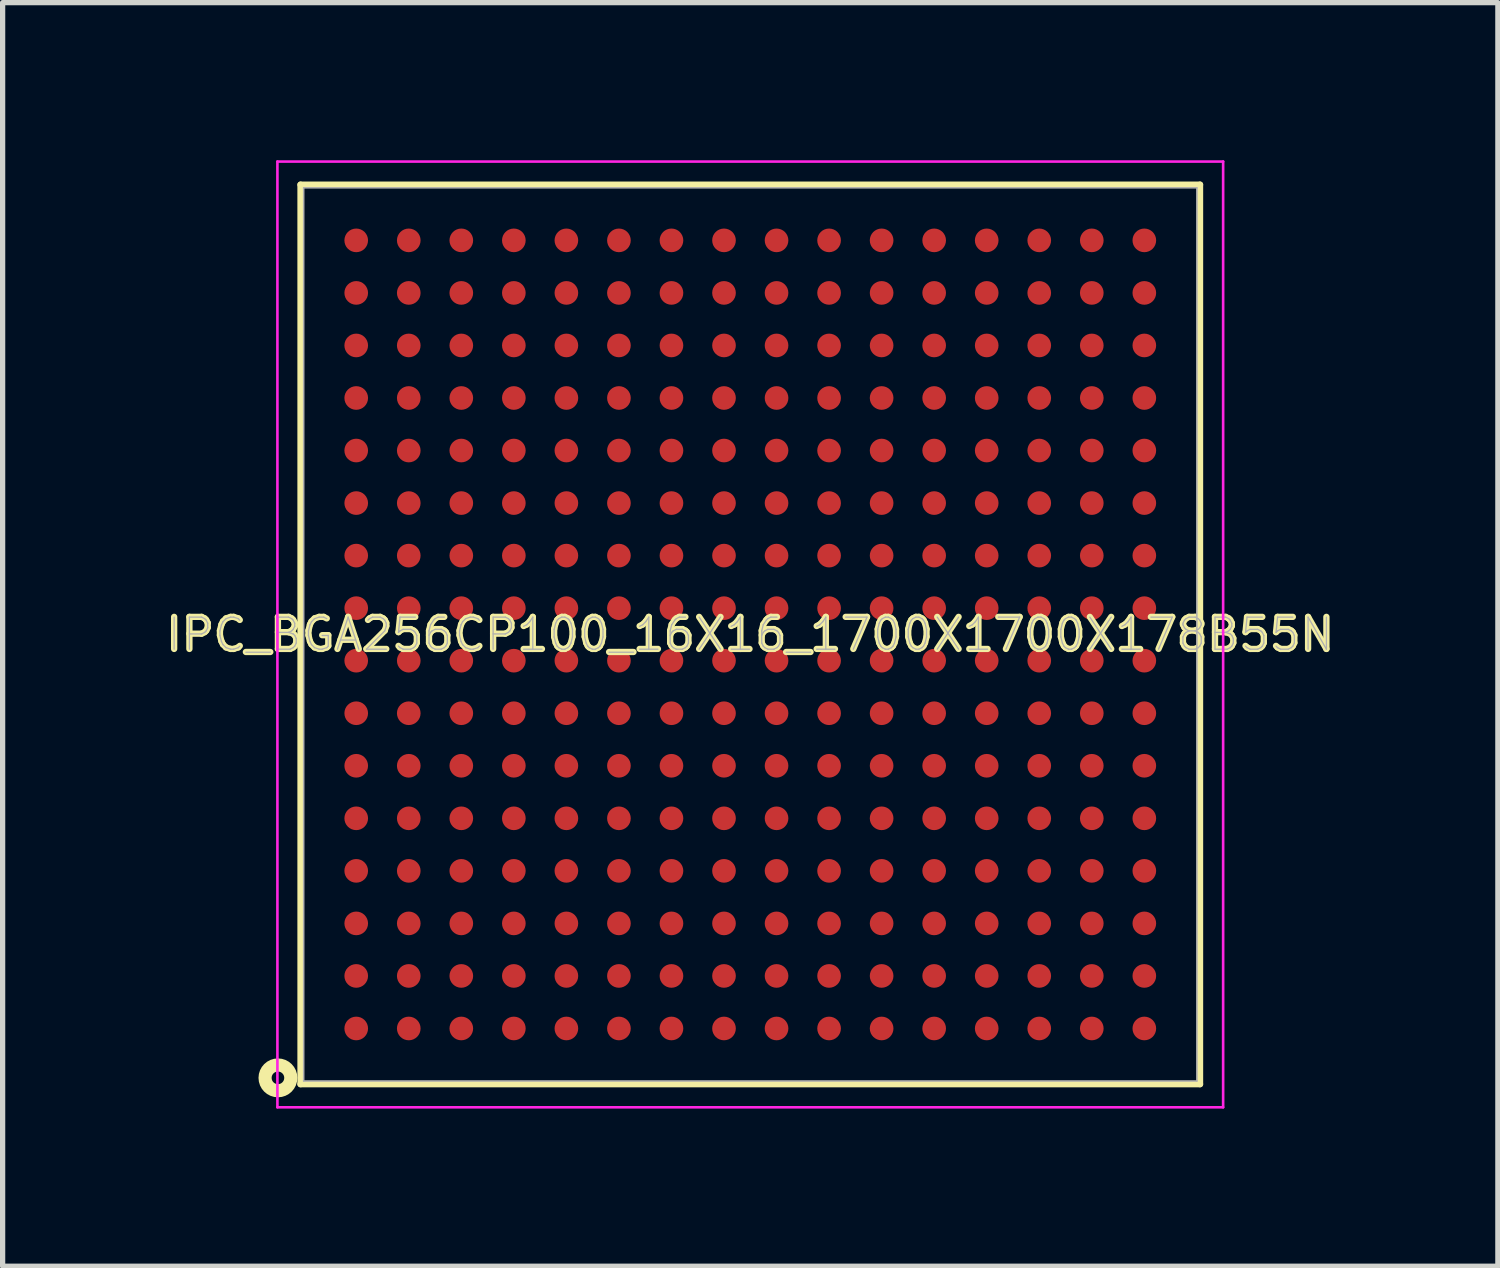
<source format=kicad_pcb>
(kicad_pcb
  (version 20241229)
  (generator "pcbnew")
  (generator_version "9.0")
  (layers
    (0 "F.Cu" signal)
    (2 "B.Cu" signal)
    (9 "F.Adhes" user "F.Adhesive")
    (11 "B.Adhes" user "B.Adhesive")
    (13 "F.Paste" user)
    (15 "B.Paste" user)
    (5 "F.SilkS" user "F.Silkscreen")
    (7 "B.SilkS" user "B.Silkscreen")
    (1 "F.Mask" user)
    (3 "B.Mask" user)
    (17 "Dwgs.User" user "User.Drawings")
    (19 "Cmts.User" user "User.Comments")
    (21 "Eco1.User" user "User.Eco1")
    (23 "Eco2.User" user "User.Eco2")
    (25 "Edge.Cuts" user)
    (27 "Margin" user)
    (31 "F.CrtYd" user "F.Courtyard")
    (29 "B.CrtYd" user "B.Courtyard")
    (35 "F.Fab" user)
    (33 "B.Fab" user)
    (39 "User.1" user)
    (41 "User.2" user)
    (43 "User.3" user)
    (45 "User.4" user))
  (footprint "IPC_BGA256CP100_16X16_1700X1700X178B55N"
    (layer "F.Cu")
    (at 11.23 9.025)
    (property "Reference" "IPC_BGA256CP100_16X16_1700X1700X178B55N" (at 0 0 0) (layer "F.SilkS") (effects (font (size 0.61 0.61) (thickness 0.12))))
    (attr smd)
    (fp_line (start -8.56 -8.56) (end -8.56 8.56) (stroke (width 0.12) (type solid)) (layer "F.SilkS"))
    (fp_line (start -8.56 8.56) (end 8.56 8.56) (stroke (width 0.12) (type solid)) (layer "F.SilkS"))
    (fp_line (start 8.56 -8.56) (end -8.56 -8.56) (stroke (width 0.12) (type solid)) (layer "F.SilkS"))
    (fp_line (start 8.56 8.56) (end 8.56 -8.56) (stroke (width 0.12) (type solid)) (layer "F.SilkS"))
    (fp_circle (center -8.99 8.44) (end -8.87 8.44) (stroke (width 0.25) (type solid)) (fill no) (layer "F.SilkS"))
    (fp_line (start -9 -9) (end 9 -9) (stroke (width 0.05) (type solid)) (layer "F.CrtYd"))
    (fp_line (start -9 9) (end -9 -9) (stroke (width 0.05) (type solid)) (layer "F.CrtYd"))
    (fp_line (start 9 -9) (end 9 9) (stroke (width 0.05) (type solid)) (layer "F.CrtYd"))
    (fp_line (start 9 9) (end -9 9) (stroke (width 0.05) (type solid)) (layer "F.CrtYd"))
    (fp_line (start -8.5 -8.5) (end 8.5 -8.5) (stroke (width 0.03) (type solid)) (layer "F.Fab"))
    (fp_line (start -8.5 8.5) (end -8.5 -8.5) (stroke (width 0.03) (type solid)) (layer "F.Fab"))
    (fp_line (start 8.5 -8.5) (end 8.5 8.5) (stroke (width 0.03) (type solid)) (layer "F.Fab"))
    (fp_line (start 8.5 8.5) (end -8.5 8.5) (stroke (width 0.03) (type solid)) (layer "F.Fab"))
    (fp_text user "${REFERENCE}" (at 0 0 0) (layer "F.Fab") (effects (font (size 0.61 0.61) (thickness 0.025))))
    (pad "A1" smd circle (at -7.5 7.5) (size 0.45 0.45) (layers "F.Cu" "F.Mask" "F.Paste"))
    (pad "A2" smd circle (at -7.5 6.5) (size 0.45 0.45) (layers "F.Cu" "F.Mask" "F.Paste"))
    (pad "A3" smd circle (at -7.5 5.5) (size 0.45 0.45) (layers "F.Cu" "F.Mask" "F.Paste"))
    (pad "A4" smd circle (at -7.5 4.5) (size 0.45 0.45) (layers "F.Cu" "F.Mask" "F.Paste"))
    (pad "A5" smd circle (at -7.5 3.5) (size 0.45 0.45) (layers "F.Cu" "F.Mask" "F.Paste"))
    (pad "A6" smd circle (at -7.5 2.5) (size 0.45 0.45) (layers "F.Cu" "F.Mask" "F.Paste"))
    (pad "A7" smd circle (at -7.5 1.5) (size 0.45 0.45) (layers "F.Cu" "F.Mask" "F.Paste"))
    (pad "A8" smd circle (at -7.5 0.5) (size 0.45 0.45) (layers "F.Cu" "F.Mask" "F.Paste"))
    (pad "A9" smd circle (at -7.5 -0.5) (size 0.45 0.45) (layers "F.Cu" "F.Mask" "F.Paste"))
    (pad "A10" smd circle (at -7.5 -1.5) (size 0.45 0.45) (layers "F.Cu" "F.Mask" "F.Paste"))
    (pad "A11" smd circle (at -7.5 -2.5) (size 0.45 0.45) (layers "F.Cu" "F.Mask" "F.Paste"))
    (pad "A12" smd circle (at -7.5 -3.5) (size 0.45 0.45) (layers "F.Cu" "F.Mask" "F.Paste"))
    (pad "A13" smd circle (at -7.5 -4.5) (size 0.45 0.45) (layers "F.Cu" "F.Mask" "F.Paste"))
    (pad "A14" smd circle (at -7.5 -5.5) (size 0.45 0.45) (layers "F.Cu" "F.Mask" "F.Paste"))
    (pad "A15" smd circle (at -7.5 -6.5) (size 0.45 0.45) (layers "F.Cu" "F.Mask" "F.Paste"))
    (pad "A16" smd circle (at -7.5 -7.5) (size 0.45 0.45) (layers "F.Cu" "F.Mask" "F.Paste"))
    (pad "B1" smd circle (at -6.5 7.5) (size 0.45 0.45) (layers "F.Cu" "F.Mask" "F.Paste"))
    (pad "B2" smd circle (at -6.5 6.5) (size 0.45 0.45) (layers "F.Cu" "F.Mask" "F.Paste"))
    (pad "B3" smd circle (at -6.5 5.5) (size 0.45 0.45) (layers "F.Cu" "F.Mask" "F.Paste"))
    (pad "B4" smd circle (at -6.5 4.5) (size 0.45 0.45) (layers "F.Cu" "F.Mask" "F.Paste"))
    (pad "B5" smd circle (at -6.5 3.5) (size 0.45 0.45) (layers "F.Cu" "F.Mask" "F.Paste"))
    (pad "B6" smd circle (at -6.5 2.5) (size 0.45 0.45) (layers "F.Cu" "F.Mask" "F.Paste"))
    (pad "B7" smd circle (at -6.5 1.5) (size 0.45 0.45) (layers "F.Cu" "F.Mask" "F.Paste"))
    (pad "B8" smd circle (at -6.5 0.5) (size 0.45 0.45) (layers "F.Cu" "F.Mask" "F.Paste"))
    (pad "B9" smd circle (at -6.5 -0.5) (size 0.45 0.45) (layers "F.Cu" "F.Mask" "F.Paste"))
    (pad "B10" smd circle (at -6.5 -1.5) (size 0.45 0.45) (layers "F.Cu" "F.Mask" "F.Paste"))
    (pad "B11" smd circle (at -6.5 -2.5) (size 0.45 0.45) (layers "F.Cu" "F.Mask" "F.Paste"))
    (pad "B12" smd circle (at -6.5 -3.5) (size 0.45 0.45) (layers "F.Cu" "F.Mask" "F.Paste"))
    (pad "B13" smd circle (at -6.5 -4.5) (size 0.45 0.45) (layers "F.Cu" "F.Mask" "F.Paste"))
    (pad "B14" smd circle (at -6.5 -5.5) (size 0.45 0.45) (layers "F.Cu" "F.Mask" "F.Paste"))
    (pad "B15" smd circle (at -6.5 -6.5) (size 0.45 0.45) (layers "F.Cu" "F.Mask" "F.Paste"))
    (pad "B16" smd circle (at -6.5 -7.5) (size 0.45 0.45) (layers "F.Cu" "F.Mask" "F.Paste"))
    (pad "C1" smd circle (at -5.5 7.5) (size 0.45 0.45) (layers "F.Cu" "F.Mask" "F.Paste"))
    (pad "C2" smd circle (at -5.5 6.5) (size 0.45 0.45) (layers "F.Cu" "F.Mask" "F.Paste"))
    (pad "C3" smd circle (at -5.5 5.5) (size 0.45 0.45) (layers "F.Cu" "F.Mask" "F.Paste"))
    (pad "C4" smd circle (at -5.5 4.5) (size 0.45 0.45) (layers "F.Cu" "F.Mask" "F.Paste"))
    (pad "C5" smd circle (at -5.5 3.5) (size 0.45 0.45) (layers "F.Cu" "F.Mask" "F.Paste"))
    (pad "C6" smd circle (at -5.5 2.5) (size 0.45 0.45) (layers "F.Cu" "F.Mask" "F.Paste"))
    (pad "C7" smd circle (at -5.5 1.5) (size 0.45 0.45) (layers "F.Cu" "F.Mask" "F.Paste"))
    (pad "C8" smd circle (at -5.5 0.5) (size 0.45 0.45) (layers "F.Cu" "F.Mask" "F.Paste"))
    (pad "C9" smd circle (at -5.5 -0.5) (size 0.45 0.45) (layers "F.Cu" "F.Mask" "F.Paste"))
    (pad "C10" smd circle (at -5.5 -1.5) (size 0.45 0.45) (layers "F.Cu" "F.Mask" "F.Paste"))
    (pad "C11" smd circle (at -5.5 -2.5) (size 0.45 0.45) (layers "F.Cu" "F.Mask" "F.Paste"))
    (pad "C12" smd circle (at -5.5 -3.5) (size 0.45 0.45) (layers "F.Cu" "F.Mask" "F.Paste"))
    (pad "C13" smd circle (at -5.5 -4.5) (size 0.45 0.45) (layers "F.Cu" "F.Mask" "F.Paste"))
    (pad "C14" smd circle (at -5.5 -5.5) (size 0.45 0.45) (layers "F.Cu" "F.Mask" "F.Paste"))
    (pad "C15" smd circle (at -5.5 -6.5) (size 0.45 0.45) (layers "F.Cu" "F.Mask" "F.Paste"))
    (pad "C16" smd circle (at -5.5 -7.5) (size 0.45 0.45) (layers "F.Cu" "F.Mask" "F.Paste"))
    (pad "D1" smd circle (at -4.5 7.5) (size 0.45 0.45) (layers "F.Cu" "F.Mask" "F.Paste"))
    (pad "D2" smd circle (at -4.5 6.5) (size 0.45 0.45) (layers "F.Cu" "F.Mask" "F.Paste"))
    (pad "D3" smd circle (at -4.5 5.5) (size 0.45 0.45) (layers "F.Cu" "F.Mask" "F.Paste"))
    (pad "D4" smd circle (at -4.5 4.5) (size 0.45 0.45) (layers "F.Cu" "F.Mask" "F.Paste"))
    (pad "D5" smd circle (at -4.5 3.5) (size 0.45 0.45) (layers "F.Cu" "F.Mask" "F.Paste"))
    (pad "D6" smd circle (at -4.5 2.5) (size 0.45 0.45) (layers "F.Cu" "F.Mask" "F.Paste"))
    (pad "D7" smd circle (at -4.5 1.5) (size 0.45 0.45) (layers "F.Cu" "F.Mask" "F.Paste"))
    (pad "D8" smd circle (at -4.5 0.5) (size 0.45 0.45) (layers "F.Cu" "F.Mask" "F.Paste"))
    (pad "D9" smd circle (at -4.5 -0.5) (size 0.45 0.45) (layers "F.Cu" "F.Mask" "F.Paste"))
    (pad "D10" smd circle (at -4.5 -1.5) (size 0.45 0.45) (layers "F.Cu" "F.Mask" "F.Paste"))
    (pad "D11" smd circle (at -4.5 -2.5) (size 0.45 0.45) (layers "F.Cu" "F.Mask" "F.Paste"))
    (pad "D12" smd circle (at -4.5 -3.5) (size 0.45 0.45) (layers "F.Cu" "F.Mask" "F.Paste"))
    (pad "D13" smd circle (at -4.5 -4.5) (size 0.45 0.45) (layers "F.Cu" "F.Mask" "F.Paste"))
    (pad "D14" smd circle (at -4.5 -5.5) (size 0.45 0.45) (layers "F.Cu" "F.Mask" "F.Paste"))
    (pad "D15" smd circle (at -4.5 -6.5) (size 0.45 0.45) (layers "F.Cu" "F.Mask" "F.Paste"))
    (pad "D16" smd circle (at -4.5 -7.5) (size 0.45 0.45) (layers "F.Cu" "F.Mask" "F.Paste"))
    (pad "E1" smd circle (at -3.5 7.5) (size 0.45 0.45) (layers "F.Cu" "F.Mask" "F.Paste"))
    (pad "E2" smd circle (at -3.5 6.5) (size 0.45 0.45) (layers "F.Cu" "F.Mask" "F.Paste"))
    (pad "E3" smd circle (at -3.5 5.5) (size 0.45 0.45) (layers "F.Cu" "F.Mask" "F.Paste"))
    (pad "E4" smd circle (at -3.5 4.5) (size 0.45 0.45) (layers "F.Cu" "F.Mask" "F.Paste"))
    (pad "E5" smd circle (at -3.5 3.5) (size 0.45 0.45) (layers "F.Cu" "F.Mask" "F.Paste"))
    (pad "E6" smd circle (at -3.5 2.5) (size 0.45 0.45) (layers "F.Cu" "F.Mask" "F.Paste"))
    (pad "E7" smd circle (at -3.5 1.5) (size 0.45 0.45) (layers "F.Cu" "F.Mask" "F.Paste"))
    (pad "E8" smd circle (at -3.5 0.5) (size 0.45 0.45) (layers "F.Cu" "F.Mask" "F.Paste"))
    (pad "E9" smd circle (at -3.5 -0.5) (size 0.45 0.45) (layers "F.Cu" "F.Mask" "F.Paste"))
    (pad "E10" smd circle (at -3.5 -1.5) (size 0.45 0.45) (layers "F.Cu" "F.Mask" "F.Paste"))
    (pad "E11" smd circle (at -3.5 -2.5) (size 0.45 0.45) (layers "F.Cu" "F.Mask" "F.Paste"))
    (pad "E12" smd circle (at -3.5 -3.5) (size 0.45 0.45) (layers "F.Cu" "F.Mask" "F.Paste"))
    (pad "E13" smd circle (at -3.5 -4.5) (size 0.45 0.45) (layers "F.Cu" "F.Mask" "F.Paste"))
    (pad "E14" smd circle (at -3.5 -5.5) (size 0.45 0.45) (layers "F.Cu" "F.Mask" "F.Paste"))
    (pad "E15" smd circle (at -3.5 -6.5) (size 0.45 0.45) (layers "F.Cu" "F.Mask" "F.Paste"))
    (pad "E16" smd circle (at -3.5 -7.5) (size 0.45 0.45) (layers "F.Cu" "F.Mask" "F.Paste"))
    (pad "F1" smd circle (at -2.5 7.5) (size 0.45 0.45) (layers "F.Cu" "F.Mask" "F.Paste"))
    (pad "F2" smd circle (at -2.5 6.5) (size 0.45 0.45) (layers "F.Cu" "F.Mask" "F.Paste"))
    (pad "F3" smd circle (at -2.5 5.5) (size 0.45 0.45) (layers "F.Cu" "F.Mask" "F.Paste"))
    (pad "F4" smd circle (at -2.5 4.5) (size 0.45 0.45) (layers "F.Cu" "F.Mask" "F.Paste"))
    (pad "F5" smd circle (at -2.5 3.5) (size 0.45 0.45) (layers "F.Cu" "F.Mask" "F.Paste"))
    (pad "F6" smd circle (at -2.5 2.5) (size 0.45 0.45) (layers "F.Cu" "F.Mask" "F.Paste"))
    (pad "F7" smd circle (at -2.5 1.5) (size 0.45 0.45) (layers "F.Cu" "F.Mask" "F.Paste"))
    (pad "F8" smd circle (at -2.5 0.5) (size 0.45 0.45) (layers "F.Cu" "F.Mask" "F.Paste"))
    (pad "F9" smd circle (at -2.5 -0.5) (size 0.45 0.45) (layers "F.Cu" "F.Mask" "F.Paste"))
    (pad "F10" smd circle (at -2.5 -1.5) (size 0.45 0.45) (layers "F.Cu" "F.Mask" "F.Paste"))
    (pad "F11" smd circle (at -2.5 -2.5) (size 0.45 0.45) (layers "F.Cu" "F.Mask" "F.Paste"))
    (pad "F12" smd circle (at -2.5 -3.5) (size 0.45 0.45) (layers "F.Cu" "F.Mask" "F.Paste"))
    (pad "F13" smd circle (at -2.5 -4.5) (size 0.45 0.45) (layers "F.Cu" "F.Mask" "F.Paste"))
    (pad "F14" smd circle (at -2.5 -5.5) (size 0.45 0.45) (layers "F.Cu" "F.Mask" "F.Paste"))
    (pad "F15" smd circle (at -2.5 -6.5) (size 0.45 0.45) (layers "F.Cu" "F.Mask" "F.Paste"))
    (pad "F16" smd circle (at -2.5 -7.5) (size 0.45 0.45) (layers "F.Cu" "F.Mask" "F.Paste"))
    (pad "G1" smd circle (at -1.5 7.5) (size 0.45 0.45) (layers "F.Cu" "F.Mask" "F.Paste"))
    (pad "G2" smd circle (at -1.5 6.5) (size 0.45 0.45) (layers "F.Cu" "F.Mask" "F.Paste"))
    (pad "G3" smd circle (at -1.5 5.5) (size 0.45 0.45) (layers "F.Cu" "F.Mask" "F.Paste"))
    (pad "G4" smd circle (at -1.5 4.5) (size 0.45 0.45) (layers "F.Cu" "F.Mask" "F.Paste"))
    (pad "G5" smd circle (at -1.5 3.5) (size 0.45 0.45) (layers "F.Cu" "F.Mask" "F.Paste"))
    (pad "G6" smd circle (at -1.5 2.5) (size 0.45 0.45) (layers "F.Cu" "F.Mask" "F.Paste"))
    (pad "G7" smd circle (at -1.5 1.5) (size 0.45 0.45) (layers "F.Cu" "F.Mask" "F.Paste"))
    (pad "G8" smd circle (at -1.5 0.5) (size 0.45 0.45) (layers "F.Cu" "F.Mask" "F.Paste"))
    (pad "G9" smd circle (at -1.5 -0.5) (size 0.45 0.45) (layers "F.Cu" "F.Mask" "F.Paste"))
    (pad "G10" smd circle (at -1.5 -1.5) (size 0.45 0.45) (layers "F.Cu" "F.Mask" "F.Paste"))
    (pad "G11" smd circle (at -1.5 -2.5) (size 0.45 0.45) (layers "F.Cu" "F.Mask" "F.Paste"))
    (pad "G12" smd circle (at -1.5 -3.5) (size 0.45 0.45) (layers "F.Cu" "F.Mask" "F.Paste"))
    (pad "G13" smd circle (at -1.5 -4.5) (size 0.45 0.45) (layers "F.Cu" "F.Mask" "F.Paste"))
    (pad "G14" smd circle (at -1.5 -5.5) (size 0.45 0.45) (layers "F.Cu" "F.Mask" "F.Paste"))
    (pad "G15" smd circle (at -1.5 -6.5) (size 0.45 0.45) (layers "F.Cu" "F.Mask" "F.Paste"))
    (pad "G16" smd circle (at -1.5 -7.5) (size 0.45 0.45) (layers "F.Cu" "F.Mask" "F.Paste"))
    (pad "H1" smd circle (at -0.5 7.5) (size 0.45 0.45) (layers "F.Cu" "F.Mask" "F.Paste"))
    (pad "H2" smd circle (at -0.5 6.5) (size 0.45 0.45) (layers "F.Cu" "F.Mask" "F.Paste"))
    (pad "H3" smd circle (at -0.5 5.5) (size 0.45 0.45) (layers "F.Cu" "F.Mask" "F.Paste"))
    (pad "H4" smd circle (at -0.5 4.5) (size 0.45 0.45) (layers "F.Cu" "F.Mask" "F.Paste"))
    (pad "H5" smd circle (at -0.5 3.5) (size 0.45 0.45) (layers "F.Cu" "F.Mask" "F.Paste"))
    (pad "H6" smd circle (at -0.5 2.5) (size 0.45 0.45) (layers "F.Cu" "F.Mask" "F.Paste"))
    (pad "H7" smd circle (at -0.5 1.5) (size 0.45 0.45) (layers "F.Cu" "F.Mask" "F.Paste"))
    (pad "H8" smd circle (at -0.5 0.5) (size 0.45 0.45) (layers "F.Cu" "F.Mask" "F.Paste"))
    (pad "H9" smd circle (at -0.5 -0.5) (size 0.45 0.45) (layers "F.Cu" "F.Mask" "F.Paste"))
    (pad "H10" smd circle (at -0.5 -1.5) (size 0.45 0.45) (layers "F.Cu" "F.Mask" "F.Paste"))
    (pad "H11" smd circle (at -0.5 -2.5) (size 0.45 0.45) (layers "F.Cu" "F.Mask" "F.Paste"))
    (pad "H12" smd circle (at -0.5 -3.5) (size 0.45 0.45) (layers "F.Cu" "F.Mask" "F.Paste"))
    (pad "H13" smd circle (at -0.5 -4.5) (size 0.45 0.45) (layers "F.Cu" "F.Mask" "F.Paste"))
    (pad "H14" smd circle (at -0.5 -5.5) (size 0.45 0.45) (layers "F.Cu" "F.Mask" "F.Paste"))
    (pad "H15" smd circle (at -0.5 -6.5) (size 0.45 0.45) (layers "F.Cu" "F.Mask" "F.Paste"))
    (pad "H16" smd circle (at -0.5 -7.5) (size 0.45 0.45) (layers "F.Cu" "F.Mask" "F.Paste"))
    (pad "J1" smd circle (at 0.5 7.5) (size 0.45 0.45) (layers "F.Cu" "F.Mask" "F.Paste"))
    (pad "J2" smd circle (at 0.5 6.5) (size 0.45 0.45) (layers "F.Cu" "F.Mask" "F.Paste"))
    (pad "J3" smd circle (at 0.5 5.5) (size 0.45 0.45) (layers "F.Cu" "F.Mask" "F.Paste"))
    (pad "J4" smd circle (at 0.5 4.5) (size 0.45 0.45) (layers "F.Cu" "F.Mask" "F.Paste"))
    (pad "J5" smd circle (at 0.5 3.5) (size 0.45 0.45) (layers "F.Cu" "F.Mask" "F.Paste"))
    (pad "J6" smd circle (at 0.5 2.5) (size 0.45 0.45) (layers "F.Cu" "F.Mask" "F.Paste"))
    (pad "J7" smd circle (at 0.5 1.5) (size 0.45 0.45) (layers "F.Cu" "F.Mask" "F.Paste"))
    (pad "J8" smd circle (at 0.5 0.5) (size 0.45 0.45) (layers "F.Cu" "F.Mask" "F.Paste"))
    (pad "J9" smd circle (at 0.5 -0.5) (size 0.45 0.45) (layers "F.Cu" "F.Mask" "F.Paste"))
    (pad "J10" smd circle (at 0.5 -1.5) (size 0.45 0.45) (layers "F.Cu" "F.Mask" "F.Paste"))
    (pad "J11" smd circle (at 0.5 -2.5) (size 0.45 0.45) (layers "F.Cu" "F.Mask" "F.Paste"))
    (pad "J12" smd circle (at 0.5 -3.5) (size 0.45 0.45) (layers "F.Cu" "F.Mask" "F.Paste"))
    (pad "J13" smd circle (at 0.5 -4.5) (size 0.45 0.45) (layers "F.Cu" "F.Mask" "F.Paste"))
    (pad "J14" smd circle (at 0.5 -5.5) (size 0.45 0.45) (layers "F.Cu" "F.Mask" "F.Paste"))
    (pad "J15" smd circle (at 0.5 -6.5) (size 0.45 0.45) (layers "F.Cu" "F.Mask" "F.Paste"))
    (pad "J16" smd circle (at 0.5 -7.5) (size 0.45 0.45) (layers "F.Cu" "F.Mask" "F.Paste"))
    (pad "K1" smd circle (at 1.5 7.5) (size 0.45 0.45) (layers "F.Cu" "F.Mask" "F.Paste"))
    (pad "K2" smd circle (at 1.5 6.5) (size 0.45 0.45) (layers "F.Cu" "F.Mask" "F.Paste"))
    (pad "K3" smd circle (at 1.5 5.5) (size 0.45 0.45) (layers "F.Cu" "F.Mask" "F.Paste"))
    (pad "K4" smd circle (at 1.5 4.5) (size 0.45 0.45) (layers "F.Cu" "F.Mask" "F.Paste"))
    (pad "K5" smd circle (at 1.5 3.5) (size 0.45 0.45) (layers "F.Cu" "F.Mask" "F.Paste"))
    (pad "K6" smd circle (at 1.5 2.5) (size 0.45 0.45) (layers "F.Cu" "F.Mask" "F.Paste"))
    (pad "K7" smd circle (at 1.5 1.5) (size 0.45 0.45) (layers "F.Cu" "F.Mask" "F.Paste"))
    (pad "K8" smd circle (at 1.5 0.5) (size 0.45 0.45) (layers "F.Cu" "F.Mask" "F.Paste"))
    (pad "K9" smd circle (at 1.5 -0.5) (size 0.45 0.45) (layers "F.Cu" "F.Mask" "F.Paste"))
    (pad "K10" smd circle (at 1.5 -1.5) (size 0.45 0.45) (layers "F.Cu" "F.Mask" "F.Paste"))
    (pad "K11" smd circle (at 1.5 -2.5) (size 0.45 0.45) (layers "F.Cu" "F.Mask" "F.Paste"))
    (pad "K12" smd circle (at 1.5 -3.5) (size 0.45 0.45) (layers "F.Cu" "F.Mask" "F.Paste"))
    (pad "K13" smd circle (at 1.5 -4.5) (size 0.45 0.45) (layers "F.Cu" "F.Mask" "F.Paste"))
    (pad "K14" smd circle (at 1.5 -5.5) (size 0.45 0.45) (layers "F.Cu" "F.Mask" "F.Paste"))
    (pad "K15" smd circle (at 1.5 -6.5) (size 0.45 0.45) (layers "F.Cu" "F.Mask" "F.Paste"))
    (pad "K16" smd circle (at 1.5 -7.5) (size 0.45 0.45) (layers "F.Cu" "F.Mask" "F.Paste"))
    (pad "L1" smd circle (at 2.5 7.5) (size 0.45 0.45) (layers "F.Cu" "F.Mask" "F.Paste"))
    (pad "L2" smd circle (at 2.5 6.5) (size 0.45 0.45) (layers "F.Cu" "F.Mask" "F.Paste"))
    (pad "L3" smd circle (at 2.5 5.5) (size 0.45 0.45) (layers "F.Cu" "F.Mask" "F.Paste"))
    (pad "L4" smd circle (at 2.5 4.5) (size 0.45 0.45) (layers "F.Cu" "F.Mask" "F.Paste"))
    (pad "L5" smd circle (at 2.5 3.5) (size 0.45 0.45) (layers "F.Cu" "F.Mask" "F.Paste"))
    (pad "L6" smd circle (at 2.5 2.5) (size 0.45 0.45) (layers "F.Cu" "F.Mask" "F.Paste"))
    (pad "L7" smd circle (at 2.5 1.5) (size 0.45 0.45) (layers "F.Cu" "F.Mask" "F.Paste"))
    (pad "L8" smd circle (at 2.5 0.5) (size 0.45 0.45) (layers "F.Cu" "F.Mask" "F.Paste"))
    (pad "L9" smd circle (at 2.5 -0.5) (size 0.45 0.45) (layers "F.Cu" "F.Mask" "F.Paste"))
    (pad "L10" smd circle (at 2.5 -1.5) (size 0.45 0.45) (layers "F.Cu" "F.Mask" "F.Paste"))
    (pad "L11" smd circle (at 2.5 -2.5) (size 0.45 0.45) (layers "F.Cu" "F.Mask" "F.Paste"))
    (pad "L12" smd circle (at 2.5 -3.5) (size 0.45 0.45) (layers "F.Cu" "F.Mask" "F.Paste"))
    (pad "L13" smd circle (at 2.5 -4.5) (size 0.45 0.45) (layers "F.Cu" "F.Mask" "F.Paste"))
    (pad "L14" smd circle (at 2.5 -5.5) (size 0.45 0.45) (layers "F.Cu" "F.Mask" "F.Paste"))
    (pad "L15" smd circle (at 2.5 -6.5) (size 0.45 0.45) (layers "F.Cu" "F.Mask" "F.Paste"))
    (pad "L16" smd circle (at 2.5 -7.5) (size 0.45 0.45) (layers "F.Cu" "F.Mask" "F.Paste"))
    (pad "M1" smd circle (at 3.5 7.5) (size 0.45 0.45) (layers "F.Cu" "F.Mask" "F.Paste"))
    (pad "M2" smd circle (at 3.5 6.5) (size 0.45 0.45) (layers "F.Cu" "F.Mask" "F.Paste"))
    (pad "M3" smd circle (at 3.5 5.5) (size 0.45 0.45) (layers "F.Cu" "F.Mask" "F.Paste"))
    (pad "M4" smd circle (at 3.5 4.5) (size 0.45 0.45) (layers "F.Cu" "F.Mask" "F.Paste"))
    (pad "M5" smd circle (at 3.5 3.5) (size 0.45 0.45) (layers "F.Cu" "F.Mask" "F.Paste"))
    (pad "M6" smd circle (at 3.5 2.5) (size 0.45 0.45) (layers "F.Cu" "F.Mask" "F.Paste"))
    (pad "M7" smd circle (at 3.5 1.5) (size 0.45 0.45) (layers "F.Cu" "F.Mask" "F.Paste"))
    (pad "M8" smd circle (at 3.5 0.5) (size 0.45 0.45) (layers "F.Cu" "F.Mask" "F.Paste"))
    (pad "M9" smd circle (at 3.5 -0.5) (size 0.45 0.45) (layers "F.Cu" "F.Mask" "F.Paste"))
    (pad "M10" smd circle (at 3.5 -1.5) (size 0.45 0.45) (layers "F.Cu" "F.Mask" "F.Paste"))
    (pad "M11" smd circle (at 3.5 -2.5) (size 0.45 0.45) (layers "F.Cu" "F.Mask" "F.Paste"))
    (pad "M12" smd circle (at 3.5 -3.5) (size 0.45 0.45) (layers "F.Cu" "F.Mask" "F.Paste"))
    (pad "M13" smd circle (at 3.5 -4.5) (size 0.45 0.45) (layers "F.Cu" "F.Mask" "F.Paste"))
    (pad "M14" smd circle (at 3.5 -5.5) (size 0.45 0.45) (layers "F.Cu" "F.Mask" "F.Paste"))
    (pad "M15" smd circle (at 3.5 -6.5) (size 0.45 0.45) (layers "F.Cu" "F.Mask" "F.Paste"))
    (pad "M16" smd circle (at 3.5 -7.5) (size 0.45 0.45) (layers "F.Cu" "F.Mask" "F.Paste"))
    (pad "N1" smd circle (at 4.5 7.5) (size 0.45 0.45) (layers "F.Cu" "F.Mask" "F.Paste"))
    (pad "N2" smd circle (at 4.5 6.5) (size 0.45 0.45) (layers "F.Cu" "F.Mask" "F.Paste"))
    (pad "N3" smd circle (at 4.5 5.5) (size 0.45 0.45) (layers "F.Cu" "F.Mask" "F.Paste"))
    (pad "N4" smd circle (at 4.5 4.5) (size 0.45 0.45) (layers "F.Cu" "F.Mask" "F.Paste"))
    (pad "N5" smd circle (at 4.5 3.5) (size 0.45 0.45) (layers "F.Cu" "F.Mask" "F.Paste"))
    (pad "N6" smd circle (at 4.5 2.5) (size 0.45 0.45) (layers "F.Cu" "F.Mask" "F.Paste"))
    (pad "N7" smd circle (at 4.5 1.5) (size 0.45 0.45) (layers "F.Cu" "F.Mask" "F.Paste"))
    (pad "N8" smd circle (at 4.5 0.5) (size 0.45 0.45) (layers "F.Cu" "F.Mask" "F.Paste"))
    (pad "N9" smd circle (at 4.5 -0.5) (size 0.45 0.45) (layers "F.Cu" "F.Mask" "F.Paste"))
    (pad "N10" smd circle (at 4.5 -1.5) (size 0.45 0.45) (layers "F.Cu" "F.Mask" "F.Paste"))
    (pad "N11" smd circle (at 4.5 -2.5) (size 0.45 0.45) (layers "F.Cu" "F.Mask" "F.Paste"))
    (pad "N12" smd circle (at 4.5 -3.5) (size 0.45 0.45) (layers "F.Cu" "F.Mask" "F.Paste"))
    (pad "N13" smd circle (at 4.5 -4.5) (size 0.45 0.45) (layers "F.Cu" "F.Mask" "F.Paste"))
    (pad "N14" smd circle (at 4.5 -5.5) (size 0.45 0.45) (layers "F.Cu" "F.Mask" "F.Paste"))
    (pad "N15" smd circle (at 4.5 -6.5) (size 0.45 0.45) (layers "F.Cu" "F.Mask" "F.Paste"))
    (pad "N16" smd circle (at 4.5 -7.5) (size 0.45 0.45) (layers "F.Cu" "F.Mask" "F.Paste"))
    (pad "P1" smd circle (at 5.5 7.5) (size 0.45 0.45) (layers "F.Cu" "F.Mask" "F.Paste"))
    (pad "P2" smd circle (at 5.5 6.5) (size 0.45 0.45) (layers "F.Cu" "F.Mask" "F.Paste"))
    (pad "P3" smd circle (at 5.5 5.5) (size 0.45 0.45) (layers "F.Cu" "F.Mask" "F.Paste"))
    (pad "P4" smd circle (at 5.5 4.5) (size 0.45 0.45) (layers "F.Cu" "F.Mask" "F.Paste"))
    (pad "P5" smd circle (at 5.5 3.5) (size 0.45 0.45) (layers "F.Cu" "F.Mask" "F.Paste"))
    (pad "P6" smd circle (at 5.5 2.5) (size 0.45 0.45) (layers "F.Cu" "F.Mask" "F.Paste"))
    (pad "P7" smd circle (at 5.5 1.5) (size 0.45 0.45) (layers "F.Cu" "F.Mask" "F.Paste"))
    (pad "P8" smd circle (at 5.5 0.5) (size 0.45 0.45) (layers "F.Cu" "F.Mask" "F.Paste"))
    (pad "P9" smd circle (at 5.5 -0.5) (size 0.45 0.45) (layers "F.Cu" "F.Mask" "F.Paste"))
    (pad "P10" smd circle (at 5.5 -1.5) (size 0.45 0.45) (layers "F.Cu" "F.Mask" "F.Paste"))
    (pad "P11" smd circle (at 5.5 -2.5) (size 0.45 0.45) (layers "F.Cu" "F.Mask" "F.Paste"))
    (pad "P12" smd circle (at 5.5 -3.5) (size 0.45 0.45) (layers "F.Cu" "F.Mask" "F.Paste"))
    (pad "P13" smd circle (at 5.5 -4.5) (size 0.45 0.45) (layers "F.Cu" "F.Mask" "F.Paste"))
    (pad "P14" smd circle (at 5.5 -5.5) (size 0.45 0.45) (layers "F.Cu" "F.Mask" "F.Paste"))
    (pad "P15" smd circle (at 5.5 -6.5) (size 0.45 0.45) (layers "F.Cu" "F.Mask" "F.Paste"))
    (pad "P16" smd circle (at 5.5 -7.5) (size 0.45 0.45) (layers "F.Cu" "F.Mask" "F.Paste"))
    (pad "R1" smd circle (at 6.5 7.5) (size 0.45 0.45) (layers "F.Cu" "F.Mask" "F.Paste"))
    (pad "R2" smd circle (at 6.5 6.5) (size 0.45 0.45) (layers "F.Cu" "F.Mask" "F.Paste"))
    (pad "R3" smd circle (at 6.5 5.5) (size 0.45 0.45) (layers "F.Cu" "F.Mask" "F.Paste"))
    (pad "R4" smd circle (at 6.5 4.5) (size 0.45 0.45) (layers "F.Cu" "F.Mask" "F.Paste"))
    (pad "R5" smd circle (at 6.5 3.5) (size 0.45 0.45) (layers "F.Cu" "F.Mask" "F.Paste"))
    (pad "R6" smd circle (at 6.5 2.5) (size 0.45 0.45) (layers "F.Cu" "F.Mask" "F.Paste"))
    (pad "R7" smd circle (at 6.5 1.5) (size 0.45 0.45) (layers "F.Cu" "F.Mask" "F.Paste"))
    (pad "R8" smd circle (at 6.5 0.5) (size 0.45 0.45) (layers "F.Cu" "F.Mask" "F.Paste"))
    (pad "R9" smd circle (at 6.5 -0.5) (size 0.45 0.45) (layers "F.Cu" "F.Mask" "F.Paste"))
    (pad "R10" smd circle (at 6.5 -1.5) (size 0.45 0.45) (layers "F.Cu" "F.Mask" "F.Paste"))
    (pad "R11" smd circle (at 6.5 -2.5) (size 0.45 0.45) (layers "F.Cu" "F.Mask" "F.Paste"))
    (pad "R12" smd circle (at 6.5 -3.5) (size 0.45 0.45) (layers "F.Cu" "F.Mask" "F.Paste"))
    (pad "R13" smd circle (at 6.5 -4.5) (size 0.45 0.45) (layers "F.Cu" "F.Mask" "F.Paste"))
    (pad "R14" smd circle (at 6.5 -5.5) (size 0.45 0.45) (layers "F.Cu" "F.Mask" "F.Paste"))
    (pad "R15" smd circle (at 6.5 -6.5) (size 0.45 0.45) (layers "F.Cu" "F.Mask" "F.Paste"))
    (pad "R16" smd circle (at 6.5 -7.5) (size 0.45 0.45) (layers "F.Cu" "F.Mask" "F.Paste"))
    (pad "T1" smd circle (at 7.5 7.5) (size 0.45 0.45) (layers "F.Cu" "F.Mask" "F.Paste"))
    (pad "T2" smd circle (at 7.5 6.5) (size 0.45 0.45) (layers "F.Cu" "F.Mask" "F.Paste"))
    (pad "T3" smd circle (at 7.5 5.5) (size 0.45 0.45) (layers "F.Cu" "F.Mask" "F.Paste"))
    (pad "T4" smd circle (at 7.5 4.5) (size 0.45 0.45) (layers "F.Cu" "F.Mask" "F.Paste"))
    (pad "T5" smd circle (at 7.5 3.5) (size 0.45 0.45) (layers "F.Cu" "F.Mask" "F.Paste"))
    (pad "T6" smd circle (at 7.5 2.5) (size 0.45 0.45) (layers "F.Cu" "F.Mask" "F.Paste"))
    (pad "T7" smd circle (at 7.5 1.5) (size 0.45 0.45) (layers "F.Cu" "F.Mask" "F.Paste"))
    (pad "T8" smd circle (at 7.5 0.5) (size 0.45 0.45) (layers "F.Cu" "F.Mask" "F.Paste"))
    (pad "T9" smd circle (at 7.5 -0.5) (size 0.45 0.45) (layers "F.Cu" "F.Mask" "F.Paste"))
    (pad "T10" smd circle (at 7.5 -1.5) (size 0.45 0.45) (layers "F.Cu" "F.Mask" "F.Paste"))
    (pad "T11" smd circle (at 7.5 -2.5) (size 0.45 0.45) (layers "F.Cu" "F.Mask" "F.Paste"))
    (pad "T12" smd circle (at 7.5 -3.5) (size 0.45 0.45) (layers "F.Cu" "F.Mask" "F.Paste"))
    (pad "T13" smd circle (at 7.5 -4.5) (size 0.45 0.45) (layers "F.Cu" "F.Mask" "F.Paste"))
    (pad "T14" smd circle (at 7.5 -5.5) (size 0.45 0.45) (layers "F.Cu" "F.Mask" "F.Paste"))
    (pad "T15" smd circle (at 7.5 -6.5) (size 0.45 0.45) (layers "F.Cu" "F.Mask" "F.Paste"))
    (pad "T16" smd circle (at 7.5 -7.5) (size 0.45 0.45) (layers "F.Cu" "F.Mask" "F.Paste")))
  (gr_rect
    (start -3 -3)
    (end 25.459 21.05)
    (stroke (width 0.1) (type default))
    (fill no)
    (layer "Edge.Cuts")))
</source>
